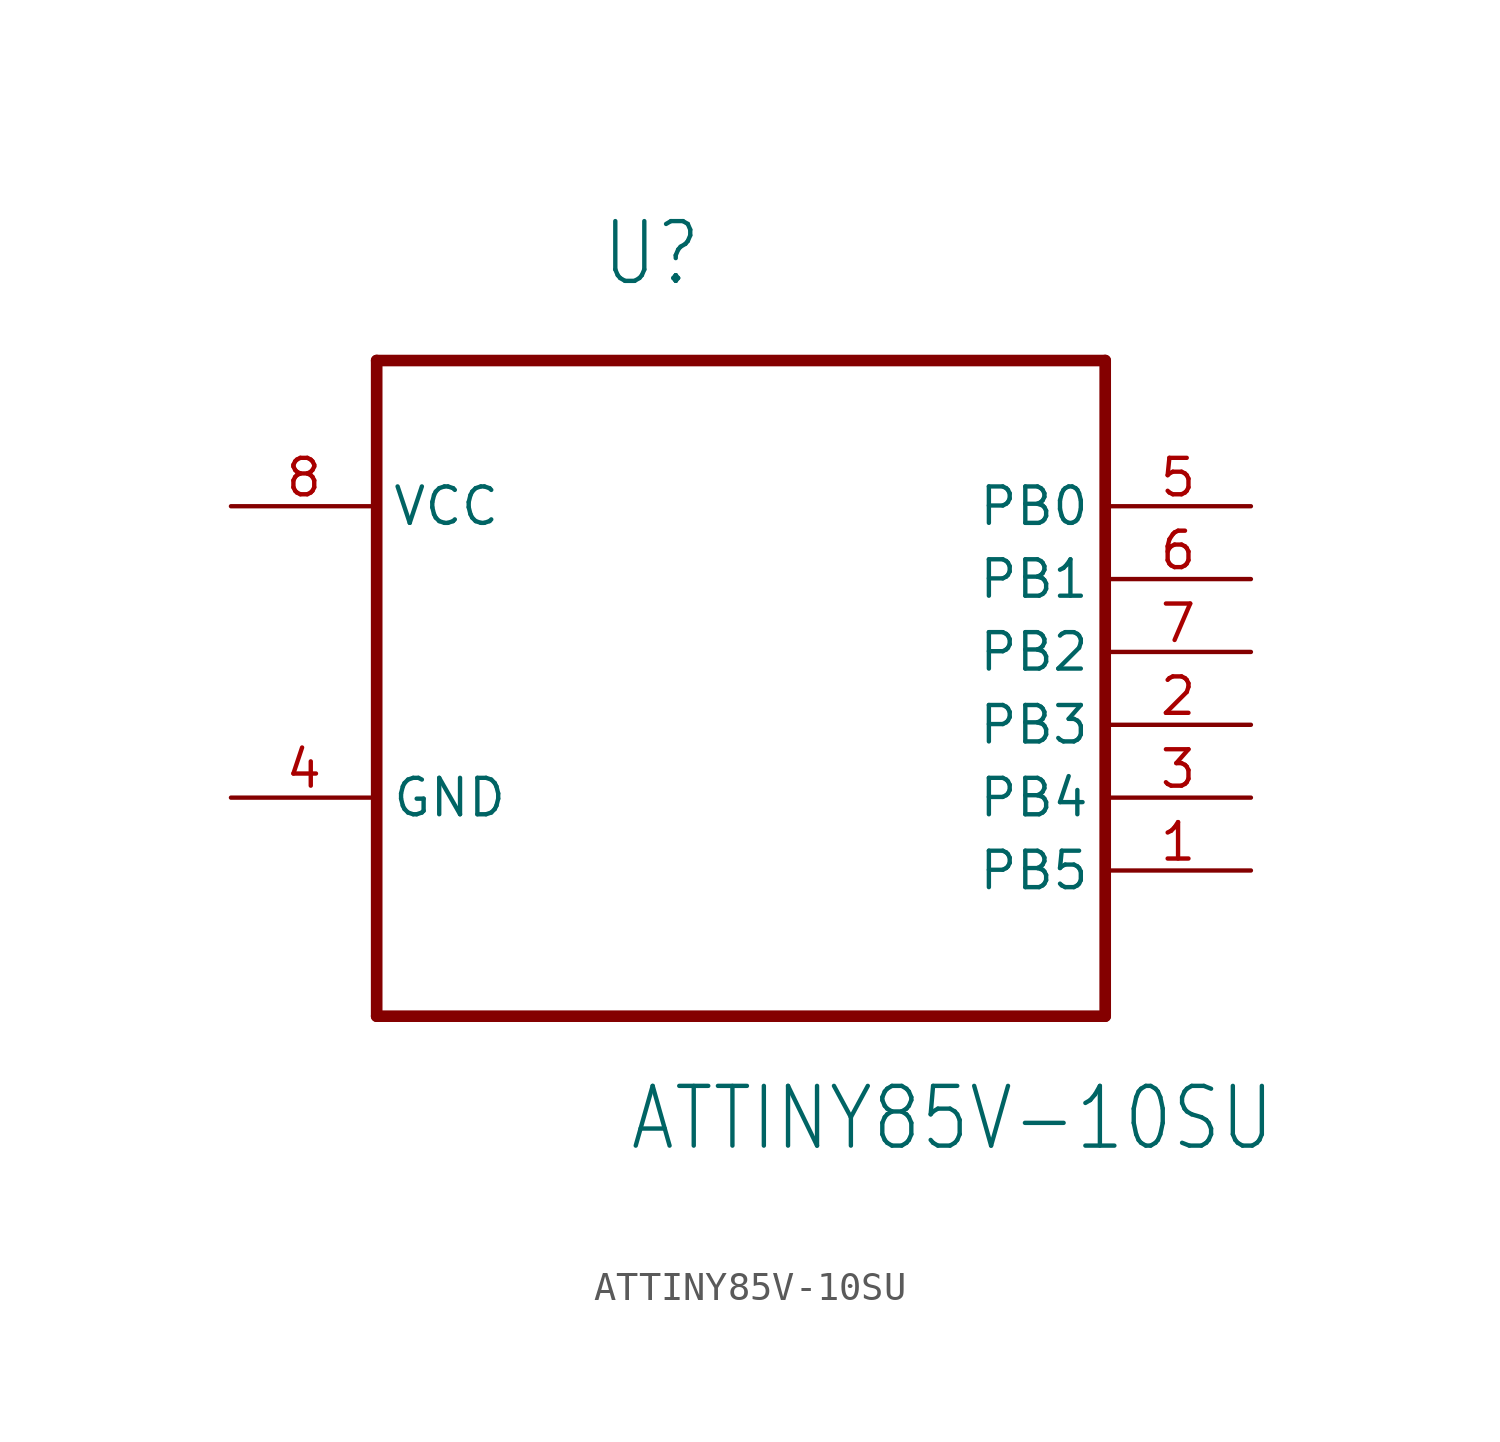
<source format=kicad_sym>
(kicad_symbol_lib
  (version 20211014)
  (generator kicad_symbol_editor)
  (symbol "ATTINY85V-10SU"
    (property "Reference" "U"
      (at -4.902 10.135 0)
      (effects (font (size 2.083 1.77)) (justify left bottom)))
    (property "Value" "ATTINY85V-10SU"
      (at -3.937 -20.015 0)
      (effects (font (size 2.083 1.77)) (justify left bottom)))
    (property "ki_locked" ""
      (at 0 0 0)
      (effects (font (size 1.27 1.27))))
    (symbol "ATTINY85V-10SU_1_0"
      (polyline (pts (xy -12.7 -15.24) (xy 12.7 -15.24)) (stroke (width 0.406) (type default) (color 0 0 0 0)) (fill (type none)))
      (polyline (pts (xy -12.7 7.62) (xy -12.7 -15.24)) (stroke (width 0.406) (type default) (color 0 0 0 0)) (fill (type none)))
      (polyline (pts (xy 12.7 -15.24) (xy 12.7 7.62)) (stroke (width 0.406) (type default) (color 0 0 0 0)) (fill (type none)))
      (polyline (pts (xy 12.7 7.62) (xy -12.7 7.62)) (stroke (width 0.406) (type default) (color 0 0 0 0)) (fill (type none)))
      (pin bidirectional line (at 17.78 -10.16 180) (length 5.08) (name "PB5" (effects (font (size 1.27 1.27)))) (number "1" (effects (font (size 1.27 1.27)))))
      (pin bidirectional line (at 17.78 -5.08 180) (length 5.08) (name "PB3" (effects (font (size 1.27 1.27)))) (number "2" (effects (font (size 1.27 1.27)))))
      (pin bidirectional line (at 17.78 -7.62 180) (length 5.08) (name "PB4" (effects (font (size 1.27 1.27)))) (number "3" (effects (font (size 1.27 1.27)))))
      (pin passive line (at -17.78 -7.62 0) (length 5.08) (name "GND" (effects (font (size 1.27 1.27)))) (number "4" (effects (font (size 1.27 1.27)))))
      (pin bidirectional line (at 17.78 2.54 180) (length 5.08) (name "PB0" (effects (font (size 1.27 1.27)))) (number "5" (effects (font (size 1.27 1.27)))))
      (pin bidirectional line (at 17.78 0 180) (length 5.08) (name "PB1" (effects (font (size 1.27 1.27)))) (number "6" (effects (font (size 1.27 1.27)))))
      (pin bidirectional line (at 17.78 -2.54 180) (length 5.08) (name "PB2" (effects (font (size 1.27 1.27)))) (number "7" (effects (font (size 1.27 1.27)))))
      (pin power_in line (at -17.78 2.54 0) (length 5.08) (name "VCC" (effects (font (size 1.27 1.27)))) (number "8" (effects (font (size 1.27 1.27))))))))
</source>
